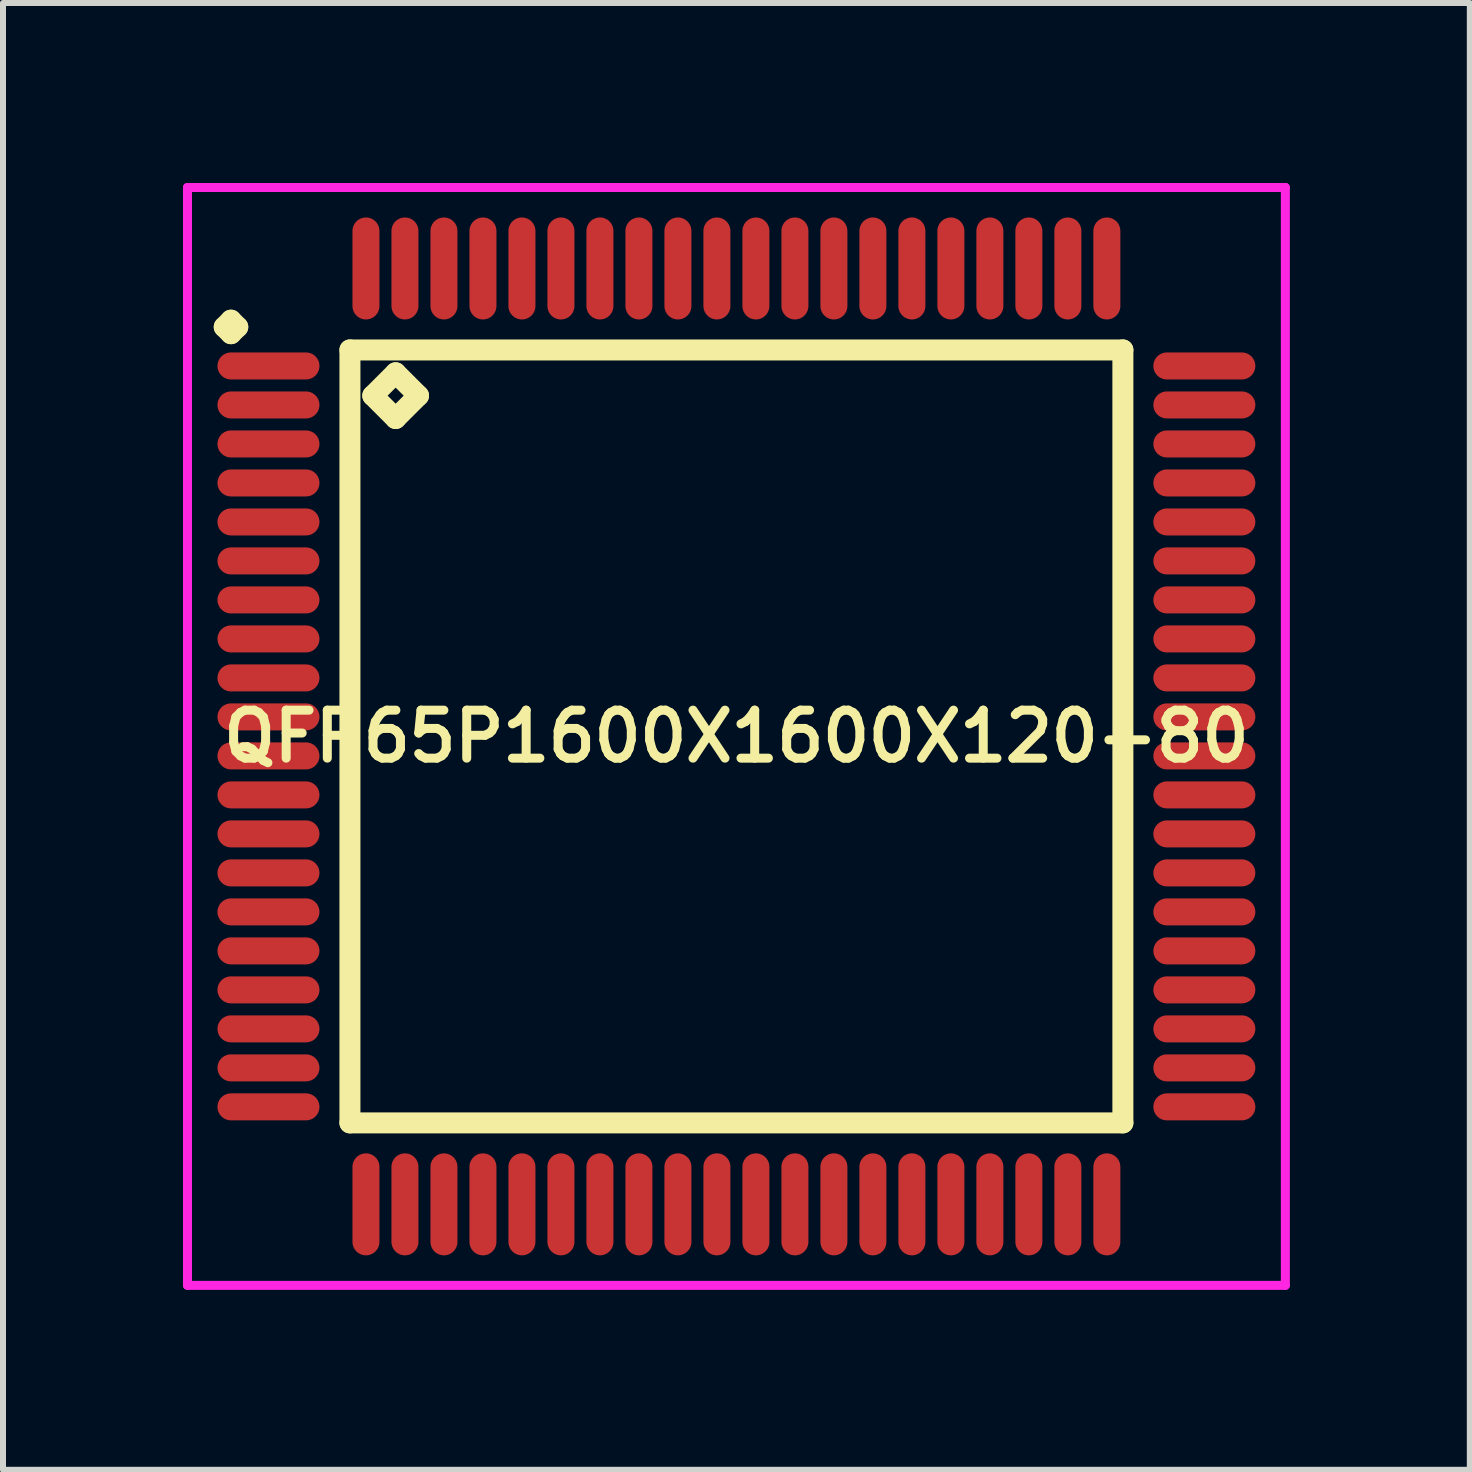
<source format=kicad_pcb>
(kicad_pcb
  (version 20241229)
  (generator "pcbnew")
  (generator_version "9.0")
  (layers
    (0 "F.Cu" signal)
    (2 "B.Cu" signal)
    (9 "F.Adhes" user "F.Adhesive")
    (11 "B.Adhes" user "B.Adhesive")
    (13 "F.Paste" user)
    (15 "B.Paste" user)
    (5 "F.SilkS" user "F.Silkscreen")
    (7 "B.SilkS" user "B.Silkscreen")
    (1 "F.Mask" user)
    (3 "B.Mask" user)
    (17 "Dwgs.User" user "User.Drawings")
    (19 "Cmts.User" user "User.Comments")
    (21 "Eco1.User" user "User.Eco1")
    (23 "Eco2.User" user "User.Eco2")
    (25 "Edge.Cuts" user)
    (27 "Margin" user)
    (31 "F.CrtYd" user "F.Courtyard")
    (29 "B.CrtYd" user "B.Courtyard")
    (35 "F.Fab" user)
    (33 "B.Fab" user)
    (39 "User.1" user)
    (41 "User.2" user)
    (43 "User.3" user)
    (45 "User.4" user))
  (footprint "QFP65P1600X1600X120-80"
    (layer "F.Cu")
    (at 9.225 9.225)
    (property "Reference" "QFP65P1600X1600X120-80" (at 0 0 0) (layer "F.SilkS") (effects (font (size 0.8 0.8) (thickness 0.15))))
    (attr smd)
    (fp_line (start -8.537 -6.825) (end -8.425 -6.938) (stroke (width 0.35) (type solid)) (layer "F.SilkS"))
    (fp_line (start -8.425 -6.938) (end -8.312 -6.825) (stroke (width 0.35) (type solid)) (layer "F.SilkS"))
    (fp_line (start -8.425 -6.713) (end -8.537 -6.825) (stroke (width 0.35) (type solid)) (layer "F.SilkS"))
    (fp_line (start -8.312 -6.825) (end -8.425 -6.713) (stroke (width 0.35) (type solid)) (layer "F.SilkS"))
    (fp_line (start -6.442 -6.442) (end -6.442 6.442) (stroke (width 0.35) (type solid)) (layer "F.SilkS"))
    (fp_line (start -6.442 6.442) (end 6.442 6.442) (stroke (width 0.35) (type solid)) (layer "F.SilkS"))
    (fp_line (start -6.061 -5.68) (end -5.68 -6.061) (stroke (width 0.35) (type solid)) (layer "F.SilkS"))
    (fp_line (start -5.68 -6.061) (end -5.299 -5.68) (stroke (width 0.35) (type solid)) (layer "F.SilkS"))
    (fp_line (start -5.68 -5.299) (end -6.061 -5.68) (stroke (width 0.35) (type solid)) (layer "F.SilkS"))
    (fp_line (start -5.299 -5.68) (end -5.68 -5.299) (stroke (width 0.35) (type solid)) (layer "F.SilkS"))
    (fp_line (start 6.442 -6.442) (end -6.442 -6.442) (stroke (width 0.35) (type solid)) (layer "F.SilkS"))
    (fp_line (start 6.442 6.442) (end 6.442 -6.442) (stroke (width 0.35) (type solid)) (layer "F.SilkS"))
    (fp_line (start -9.15 -9.15) (end 9.15 -9.15) (stroke (width 0.15) (type solid)) (layer "F.CrtYd"))
    (fp_line (start -9.15 9.15) (end -9.15 -9.15) (stroke (width 0.15) (type solid)) (layer "F.CrtYd"))
    (fp_line (start 9.15 -9.15) (end 9.15 9.15) (stroke (width 0.15) (type solid)) (layer "F.CrtYd"))
    (fp_line (start 9.15 9.15) (end -9.15 9.15) (stroke (width 0.15) (type solid)) (layer "F.CrtYd"))
    (pad "1" smd oval (at -7.8 -6.175) (size 1.7 0.45) (layers "F.Cu" "F.Mask" "F.Paste"))
    (pad "2" smd oval (at -7.8 -5.525) (size 1.7 0.45) (layers "F.Cu" "F.Mask" "F.Paste"))
    (pad "3" smd oval (at -7.8 -4.875) (size 1.7 0.45) (layers "F.Cu" "F.Mask" "F.Paste"))
    (pad "4" smd oval (at -7.8 -4.225) (size 1.7 0.45) (layers "F.Cu" "F.Mask" "F.Paste"))
    (pad "5" smd oval (at -7.8 -3.575) (size 1.7 0.45) (layers "F.Cu" "F.Mask" "F.Paste"))
    (pad "6" smd oval (at -7.8 -2.925) (size 1.7 0.45) (layers "F.Cu" "F.Mask" "F.Paste"))
    (pad "7" smd oval (at -7.8 -2.275) (size 1.7 0.45) (layers "F.Cu" "F.Mask" "F.Paste"))
    (pad "8" smd oval (at -7.8 -1.625) (size 1.7 0.45) (layers "F.Cu" "F.Mask" "F.Paste"))
    (pad "9" smd oval (at -7.8 -0.975) (size 1.7 0.45) (layers "F.Cu" "F.Mask" "F.Paste"))
    (pad "10" smd oval (at -7.8 -0.325) (size 1.7 0.45) (layers "F.Cu" "F.Mask" "F.Paste"))
    (pad "11" smd oval (at -7.8 0.325) (size 1.7 0.45) (layers "F.Cu" "F.Mask" "F.Paste"))
    (pad "12" smd oval (at -7.8 0.975) (size 1.7 0.45) (layers "F.Cu" "F.Mask" "F.Paste"))
    (pad "13" smd oval (at -7.8 1.625) (size 1.7 0.45) (layers "F.Cu" "F.Mask" "F.Paste"))
    (pad "14" smd oval (at -7.8 2.275) (size 1.7 0.45) (layers "F.Cu" "F.Mask" "F.Paste"))
    (pad "15" smd oval (at -7.8 2.925) (size 1.7 0.45) (layers "F.Cu" "F.Mask" "F.Paste"))
    (pad "16" smd oval (at -7.8 3.575) (size 1.7 0.45) (layers "F.Cu" "F.Mask" "F.Paste"))
    (pad "17" smd oval (at -7.8 4.225) (size 1.7 0.45) (layers "F.Cu" "F.Mask" "F.Paste"))
    (pad "18" smd oval (at -7.8 4.875) (size 1.7 0.45) (layers "F.Cu" "F.Mask" "F.Paste"))
    (pad "19" smd oval (at -7.8 5.525) (size 1.7 0.45) (layers "F.Cu" "F.Mask" "F.Paste"))
    (pad "20" smd oval (at -7.8 6.175) (size 1.7 0.45) (layers "F.Cu" "F.Mask" "F.Paste"))
    (pad "21" smd oval (at -6.175 7.8) (size 0.45 1.7) (layers "F.Cu" "F.Mask" "F.Paste"))
    (pad "22" smd oval (at -5.525 7.8) (size 0.45 1.7) (layers "F.Cu" "F.Mask" "F.Paste"))
    (pad "23" smd oval (at -4.875 7.8) (size 0.45 1.7) (layers "F.Cu" "F.Mask" "F.Paste"))
    (pad "24" smd oval (at -4.225 7.8) (size 0.45 1.7) (layers "F.Cu" "F.Mask" "F.Paste"))
    (pad "25" smd oval (at -3.575 7.8) (size 0.45 1.7) (layers "F.Cu" "F.Mask" "F.Paste"))
    (pad "26" smd oval (at -2.925 7.8) (size 0.45 1.7) (layers "F.Cu" "F.Mask" "F.Paste"))
    (pad "27" smd oval (at -2.275 7.8) (size 0.45 1.7) (layers "F.Cu" "F.Mask" "F.Paste"))
    (pad "28" smd oval (at -1.625 7.8) (size 0.45 1.7) (layers "F.Cu" "F.Mask" "F.Paste"))
    (pad "29" smd oval (at -0.975 7.8) (size 0.45 1.7) (layers "F.Cu" "F.Mask" "F.Paste"))
    (pad "30" smd oval (at -0.325 7.8) (size 0.45 1.7) (layers "F.Cu" "F.Mask" "F.Paste"))
    (pad "31" smd oval (at 0.325 7.8) (size 0.45 1.7) (layers "F.Cu" "F.Mask" "F.Paste"))
    (pad "32" smd oval (at 0.975 7.8) (size 0.45 1.7) (layers "F.Cu" "F.Mask" "F.Paste"))
    (pad "33" smd oval (at 1.625 7.8) (size 0.45 1.7) (layers "F.Cu" "F.Mask" "F.Paste"))
    (pad "34" smd oval (at 2.275 7.8) (size 0.45 1.7) (layers "F.Cu" "F.Mask" "F.Paste"))
    (pad "35" smd oval (at 2.925 7.8) (size 0.45 1.7) (layers "F.Cu" "F.Mask" "F.Paste"))
    (pad "36" smd oval (at 3.575 7.8) (size 0.45 1.7) (layers "F.Cu" "F.Mask" "F.Paste"))
    (pad "37" smd oval (at 4.225 7.8) (size 0.45 1.7) (layers "F.Cu" "F.Mask" "F.Paste"))
    (pad "38" smd oval (at 4.875 7.8) (size 0.45 1.7) (layers "F.Cu" "F.Mask" "F.Paste"))
    (pad "39" smd oval (at 5.525 7.8) (size 0.45 1.7) (layers "F.Cu" "F.Mask" "F.Paste"))
    (pad "40" smd oval (at 6.175 7.8) (size 0.45 1.7) (layers "F.Cu" "F.Mask" "F.Paste"))
    (pad "41" smd oval (at 7.8 6.175) (size 1.7 0.45) (layers "F.Cu" "F.Mask" "F.Paste"))
    (pad "42" smd oval (at 7.8 5.525) (size 1.7 0.45) (layers "F.Cu" "F.Mask" "F.Paste"))
    (pad "43" smd oval (at 7.8 4.875) (size 1.7 0.45) (layers "F.Cu" "F.Mask" "F.Paste"))
    (pad "44" smd oval (at 7.8 4.225) (size 1.7 0.45) (layers "F.Cu" "F.Mask" "F.Paste"))
    (pad "45" smd oval (at 7.8 3.575) (size 1.7 0.45) (layers "F.Cu" "F.Mask" "F.Paste"))
    (pad "46" smd oval (at 7.8 2.925) (size 1.7 0.45) (layers "F.Cu" "F.Mask" "F.Paste"))
    (pad "47" smd oval (at 7.8 2.275) (size 1.7 0.45) (layers "F.Cu" "F.Mask" "F.Paste"))
    (pad "48" smd oval (at 7.8 1.625) (size 1.7 0.45) (layers "F.Cu" "F.Mask" "F.Paste"))
    (pad "49" smd oval (at 7.8 0.975) (size 1.7 0.45) (layers "F.Cu" "F.Mask" "F.Paste"))
    (pad "50" smd oval (at 7.8 0.325) (size 1.7 0.45) (layers "F.Cu" "F.Mask" "F.Paste"))
    (pad "51" smd oval (at 7.8 -0.325) (size 1.7 0.45) (layers "F.Cu" "F.Mask" "F.Paste"))
    (pad "52" smd oval (at 7.8 -0.975) (size 1.7 0.45) (layers "F.Cu" "F.Mask" "F.Paste"))
    (pad "53" smd oval (at 7.8 -1.625) (size 1.7 0.45) (layers "F.Cu" "F.Mask" "F.Paste"))
    (pad "54" smd oval (at 7.8 -2.275) (size 1.7 0.45) (layers "F.Cu" "F.Mask" "F.Paste"))
    (pad "55" smd oval (at 7.8 -2.925) (size 1.7 0.45) (layers "F.Cu" "F.Mask" "F.Paste"))
    (pad "56" smd oval (at 7.8 -3.575) (size 1.7 0.45) (layers "F.Cu" "F.Mask" "F.Paste"))
    (pad "57" smd oval (at 7.8 -4.225) (size 1.7 0.45) (layers "F.Cu" "F.Mask" "F.Paste"))
    (pad "58" smd oval (at 7.8 -4.875) (size 1.7 0.45) (layers "F.Cu" "F.Mask" "F.Paste"))
    (pad "59" smd oval (at 7.8 -5.525) (size 1.7 0.45) (layers "F.Cu" "F.Mask" "F.Paste"))
    (pad "60" smd oval (at 7.8 -6.175) (size 1.7 0.45) (layers "F.Cu" "F.Mask" "F.Paste"))
    (pad "61" smd oval (at 6.175 -7.8) (size 0.45 1.7) (layers "F.Cu" "F.Mask" "F.Paste"))
    (pad "62" smd oval (at 5.525 -7.8) (size 0.45 1.7) (layers "F.Cu" "F.Mask" "F.Paste"))
    (pad "63" smd oval (at 4.875 -7.8) (size 0.45 1.7) (layers "F.Cu" "F.Mask" "F.Paste"))
    (pad "64" smd oval (at 4.225 -7.8) (size 0.45 1.7) (layers "F.Cu" "F.Mask" "F.Paste"))
    (pad "65" smd oval (at 3.575 -7.8) (size 0.45 1.7) (layers "F.Cu" "F.Mask" "F.Paste"))
    (pad "66" smd oval (at 2.925 -7.8) (size 0.45 1.7) (layers "F.Cu" "F.Mask" "F.Paste"))
    (pad "67" smd oval (at 2.275 -7.8) (size 0.45 1.7) (layers "F.Cu" "F.Mask" "F.Paste"))
    (pad "68" smd oval (at 1.625 -7.8) (size 0.45 1.7) (layers "F.Cu" "F.Mask" "F.Paste"))
    (pad "69" smd oval (at 0.975 -7.8) (size 0.45 1.7) (layers "F.Cu" "F.Mask" "F.Paste"))
    (pad "70" smd oval (at 0.325 -7.8) (size 0.45 1.7) (layers "F.Cu" "F.Mask" "F.Paste"))
    (pad "71" smd oval (at -0.325 -7.8) (size 0.45 1.7) (layers "F.Cu" "F.Mask" "F.Paste"))
    (pad "72" smd oval (at -0.975 -7.8) (size 0.45 1.7) (layers "F.Cu" "F.Mask" "F.Paste"))
    (pad "73" smd oval (at -1.625 -7.8) (size 0.45 1.7) (layers "F.Cu" "F.Mask" "F.Paste"))
    (pad "74" smd oval (at -2.275 -7.8) (size 0.45 1.7) (layers "F.Cu" "F.Mask" "F.Paste"))
    (pad "75" smd oval (at -2.925 -7.8) (size 0.45 1.7) (layers "F.Cu" "F.Mask" "F.Paste"))
    (pad "76" smd oval (at -3.575 -7.8) (size 0.45 1.7) (layers "F.Cu" "F.Mask" "F.Paste"))
    (pad "77" smd oval (at -4.225 -7.8) (size 0.45 1.7) (layers "F.Cu" "F.Mask" "F.Paste"))
    (pad "78" smd oval (at -4.875 -7.8) (size 0.45 1.7) (layers "F.Cu" "F.Mask" "F.Paste"))
    (pad "79" smd oval (at -5.525 -7.8) (size 0.45 1.7) (layers "F.Cu" "F.Mask" "F.Paste"))
    (pad "80" smd oval (at -6.175 -7.8) (size 0.45 1.7) (layers "F.Cu" "F.Mask" "F.Paste")))
  (gr_rect
    (start -3 -3)
    (end 21.45 21.45)
    (stroke (width 0.1) (type default))
    (fill no)
    (layer "Edge.Cuts")))
</source>
